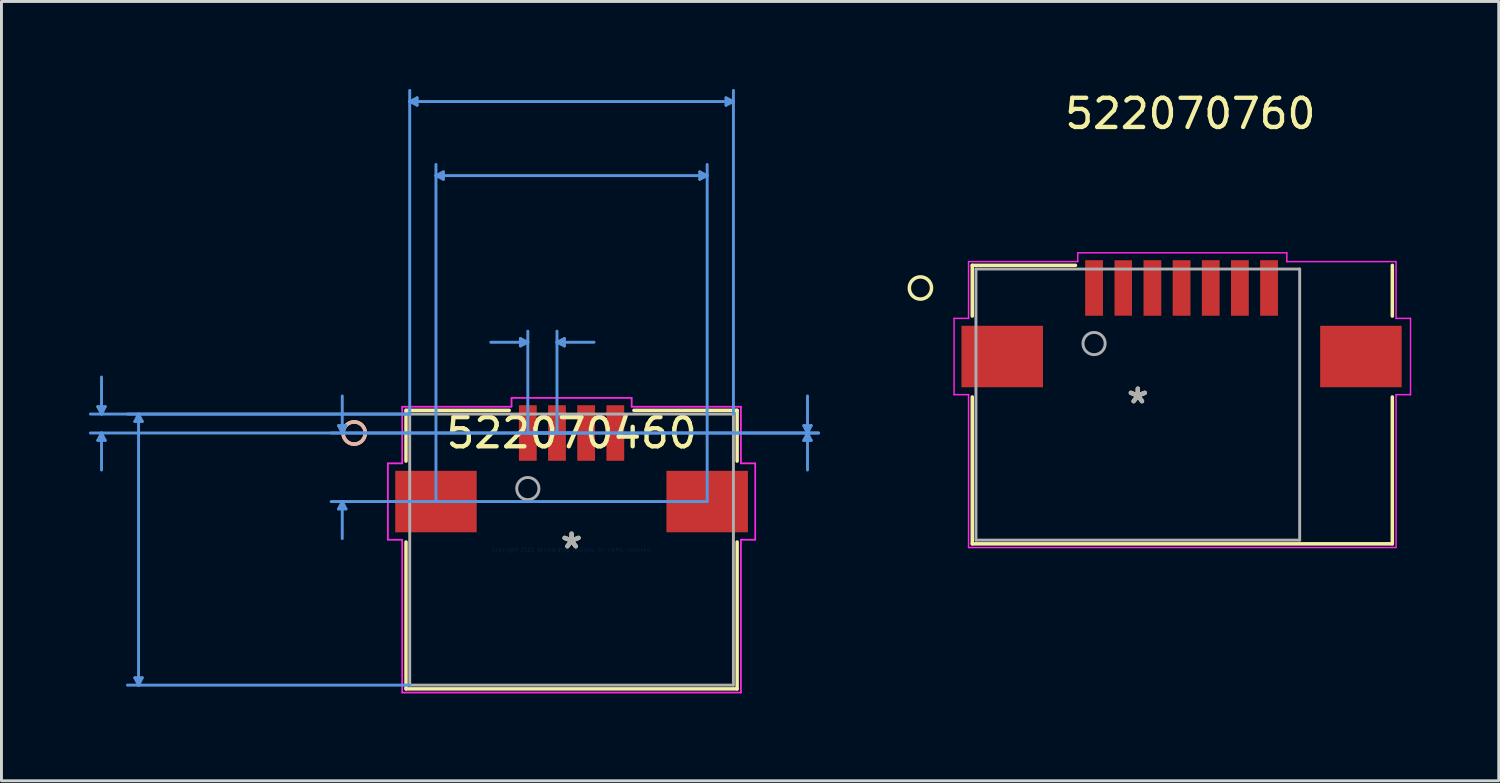
<source format=kicad_pcb>
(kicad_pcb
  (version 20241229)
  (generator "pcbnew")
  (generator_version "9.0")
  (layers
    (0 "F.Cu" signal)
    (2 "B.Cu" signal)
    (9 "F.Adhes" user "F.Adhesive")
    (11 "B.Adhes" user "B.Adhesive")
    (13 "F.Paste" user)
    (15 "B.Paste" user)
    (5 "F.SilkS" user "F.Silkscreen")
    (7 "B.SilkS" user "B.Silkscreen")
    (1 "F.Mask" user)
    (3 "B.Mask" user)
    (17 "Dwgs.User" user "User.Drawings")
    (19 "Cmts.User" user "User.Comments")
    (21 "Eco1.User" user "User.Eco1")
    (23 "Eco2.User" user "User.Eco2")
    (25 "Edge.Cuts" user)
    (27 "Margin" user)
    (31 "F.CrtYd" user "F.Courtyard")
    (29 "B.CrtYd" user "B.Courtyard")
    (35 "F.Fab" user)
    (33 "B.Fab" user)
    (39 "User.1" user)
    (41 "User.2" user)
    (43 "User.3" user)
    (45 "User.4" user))
  (footprint "522070460"
    (layer "F.Cu")
    (at 16.549 15.796)
    (property "Reference" "522070460" (at 0 -3.998 0) (layer "F.SilkS") (effects (font (size 1 1) (thickness 0.15))))
    (attr through_hole)
    (fp_line (start -5.677 -4.775) (end -5.677 -3.035) (stroke (width 0.12) (type solid)) (layer "F.SilkS"))
    (fp_line (start -5.677 -0.261) (end -5.677 4.775) (stroke (width 0.12) (type solid)) (layer "F.SilkS"))
    (fp_line (start -5.677 4.775) (end 5.677 4.775) (stroke (width 0.12) (type solid)) (layer "F.SilkS"))
    (fp_line (start -2.138 -4.775) (end -5.677 -4.775) (stroke (width 0.12) (type solid)) (layer "F.SilkS"))
    (fp_line (start 5.677 -4.775) (end 2.138 -4.775) (stroke (width 0.12) (type solid)) (layer "F.SilkS"))
    (fp_line (start 5.677 -3.035) (end 5.677 -4.775) (stroke (width 0.12) (type solid)) (layer "F.SilkS"))
    (fp_line (start 5.677 4.775) (end 5.677 -0.261) (stroke (width 0.12) (type solid)) (layer "F.SilkS"))
    (fp_circle (center -7.455 -3.998) (end -7.074 -3.998) (stroke (width 0.12) (type solid)) (fill no) (layer "F.SilkS"))
    (fp_circle (center -7.455 -3.998) (end -7.074 -3.998) (stroke (width 0.12) (type solid)) (fill no) (layer "B.SilkS"))
    (fp_line (start -16.245 -4.902) (end -15.991 -4.902) (stroke (width 0.1) (type solid)) (layer "Cmts.User"))
    (fp_line (start -16.245 -3.744) (end -15.991 -3.744) (stroke (width 0.1) (type solid)) (layer "Cmts.User"))
    (fp_line (start -16.118 -4.648) (end -16.245 -4.902) (stroke (width 0.1) (type solid)) (layer "Cmts.User"))
    (fp_line (start -16.118 -4.648) (end -16.118 -5.918) (stroke (width 0.1) (type solid)) (layer "Cmts.User"))
    (fp_line (start -16.118 -4.648) (end -15.991 -4.902) (stroke (width 0.1) (type solid)) (layer "Cmts.User"))
    (fp_line (start -16.118 -3.998) (end -16.245 -3.744) (stroke (width 0.1) (type solid)) (layer "Cmts.User"))
    (fp_line (start -16.118 -3.998) (end -16.118 -2.728) (stroke (width 0.1) (type solid)) (layer "Cmts.User"))
    (fp_line (start -16.118 -3.998) (end -15.991 -3.744) (stroke (width 0.1) (type solid)) (layer "Cmts.User"))
    (fp_line (start -14.975 -4.394) (end -14.721 -4.394) (stroke (width 0.1) (type solid)) (layer "Cmts.User"))
    (fp_line (start -14.975 4.394) (end -14.721 4.394) (stroke (width 0.1) (type solid)) (layer "Cmts.User"))
    (fp_line (start -14.848 -4.648) (end -14.975 -4.394) (stroke (width 0.1) (type solid)) (layer "Cmts.User"))
    (fp_line (start -14.848 -4.648) (end -14.848 4.648) (stroke (width 0.1) (type solid)) (layer "Cmts.User"))
    (fp_line (start -14.848 -4.648) (end -14.721 -4.394) (stroke (width 0.1) (type solid)) (layer "Cmts.User"))
    (fp_line (start -14.848 4.648) (end -14.975 4.394) (stroke (width 0.1) (type solid)) (layer "Cmts.User"))
    (fp_line (start -14.848 4.648) (end -14.721 4.394) (stroke (width 0.1) (type solid)) (layer "Cmts.User"))
    (fp_line (start -7.99 -4.252) (end -7.736 -4.252) (stroke (width 0.1) (type solid)) (layer "Cmts.User"))
    (fp_line (start -7.99 -1.394) (end -7.736 -1.394) (stroke (width 0.1) (type solid)) (layer "Cmts.User"))
    (fp_line (start -7.863 -3.998) (end -7.99 -4.252) (stroke (width 0.1) (type solid)) (layer "Cmts.User"))
    (fp_line (start -7.863 -3.998) (end -7.863 -5.268) (stroke (width 0.1) (type solid)) (layer "Cmts.User"))
    (fp_line (start -7.863 -3.998) (end -7.736 -4.252) (stroke (width 0.1) (type solid)) (layer "Cmts.User"))
    (fp_line (start -7.863 -1.648) (end -7.99 -1.394) (stroke (width 0.1) (type solid)) (layer "Cmts.User"))
    (fp_line (start -7.863 -1.648) (end -7.863 -0.378) (stroke (width 0.1) (type solid)) (layer "Cmts.User"))
    (fp_line (start -7.863 -1.648) (end -7.736 -1.394) (stroke (width 0.1) (type solid)) (layer "Cmts.User"))
    (fp_line (start -5.55 -15.365) (end -5.296 -15.492) (stroke (width 0.1) (type solid)) (layer "Cmts.User"))
    (fp_line (start -5.55 -15.365) (end -5.296 -15.238) (stroke (width 0.1) (type solid)) (layer "Cmts.User"))
    (fp_line (start -5.55 -15.365) (end 5.55 -15.365) (stroke (width 0.1) (type solid)) (layer "Cmts.User"))
    (fp_line (start -5.55 -4.648) (end -16.499 -4.648) (stroke (width 0.1) (type solid)) (layer "Cmts.User"))
    (fp_line (start -5.55 -4.648) (end -15.229 -4.648) (stroke (width 0.1) (type solid)) (layer "Cmts.User"))
    (fp_line (start -5.55 -4.648) (end -5.55 -15.746) (stroke (width 0.1) (type solid)) (layer "Cmts.User"))
    (fp_line (start -5.55 4.648) (end -15.229 4.648) (stroke (width 0.1) (type solid)) (layer "Cmts.User"))
    (fp_line (start -5.296 -15.492) (end -5.296 -15.238) (stroke (width 0.1) (type solid)) (layer "Cmts.User"))
    (fp_line (start -4.65 -12.825) (end -4.396 -12.952) (stroke (width 0.1) (type solid)) (layer "Cmts.User"))
    (fp_line (start -4.65 -12.825) (end -4.396 -12.698) (stroke (width 0.1) (type solid)) (layer "Cmts.User"))
    (fp_line (start -4.65 -12.825) (end 4.65 -12.825) (stroke (width 0.1) (type solid)) (layer "Cmts.User"))
    (fp_line (start -4.65 -1.648) (end -4.65 -13.206) (stroke (width 0.1) (type solid)) (layer "Cmts.User"))
    (fp_line (start -4.396 -12.952) (end -4.396 -12.698) (stroke (width 0.1) (type solid)) (layer "Cmts.User"))
    (fp_line (start -1.754 -7.237) (end -1.754 -6.983) (stroke (width 0.1) (type solid)) (layer "Cmts.User"))
    (fp_line (start -1.5 -7.11) (end -2.77 -7.11) (stroke (width 0.1) (type solid)) (layer "Cmts.User"))
    (fp_line (start -1.5 -7.11) (end -1.754 -7.237) (stroke (width 0.1) (type solid)) (layer "Cmts.User"))
    (fp_line (start -1.5 -7.11) (end -1.754 -6.983) (stroke (width 0.1) (type solid)) (layer "Cmts.User"))
    (fp_line (start -1.5 -3.998) (end -1.5 -7.491) (stroke (width 0.1) (type solid)) (layer "Cmts.User"))
    (fp_line (start -1.5 -3.998) (end 8.471 -3.998) (stroke (width 0.1) (type solid)) (layer "Cmts.User"))
    (fp_line (start -1.5 -3.998) (end 8.471 -3.998) (stroke (width 0.1) (type solid)) (layer "Cmts.User"))
    (fp_line (start -0.5 -7.11) (end -0.246 -7.237) (stroke (width 0.1) (type solid)) (layer "Cmts.User"))
    (fp_line (start -0.5 -7.11) (end -0.246 -6.983) (stroke (width 0.1) (type solid)) (layer "Cmts.User"))
    (fp_line (start -0.5 -7.11) (end 0.77 -7.11) (stroke (width 0.1) (type solid)) (layer "Cmts.User"))
    (fp_line (start -0.5 -3.998) (end -0.5 -7.491) (stroke (width 0.1) (type solid)) (layer "Cmts.User"))
    (fp_line (start -0.246 -7.237) (end -0.246 -6.983) (stroke (width 0.1) (type solid)) (layer "Cmts.User"))
    (fp_line (start 0 -3.998) (end -16.499 -3.998) (stroke (width 0.1) (type solid)) (layer "Cmts.User"))
    (fp_line (start 0 -3.998) (end -8.244 -3.998) (stroke (width 0.1) (type solid)) (layer "Cmts.User"))
    (fp_line (start 4.396 -12.952) (end 4.396 -12.698) (stroke (width 0.1) (type solid)) (layer "Cmts.User"))
    (fp_line (start 4.65 -12.825) (end 4.396 -12.952) (stroke (width 0.1) (type solid)) (layer "Cmts.User"))
    (fp_line (start 4.65 -12.825) (end 4.396 -12.698) (stroke (width 0.1) (type solid)) (layer "Cmts.User"))
    (fp_line (start 4.65 -1.648) (end -8.244 -1.648) (stroke (width 0.1) (type solid)) (layer "Cmts.User"))
    (fp_line (start 4.65 -1.648) (end 4.65 -13.206) (stroke (width 0.1) (type solid)) (layer "Cmts.User"))
    (fp_line (start 5.296 -15.492) (end 5.296 -15.238) (stroke (width 0.1) (type solid)) (layer "Cmts.User"))
    (fp_line (start 5.55 -15.365) (end 5.296 -15.492) (stroke (width 0.1) (type solid)) (layer "Cmts.User"))
    (fp_line (start 5.55 -15.365) (end 5.296 -15.238) (stroke (width 0.1) (type solid)) (layer "Cmts.User"))
    (fp_line (start 5.55 -4.648) (end 5.55 -15.746) (stroke (width 0.1) (type solid)) (layer "Cmts.User"))
    (fp_line (start 7.963 -4.252) (end 8.217 -4.252) (stroke (width 0.1) (type solid)) (layer "Cmts.User"))
    (fp_line (start 7.963 -3.744) (end 8.217 -3.744) (stroke (width 0.1) (type solid)) (layer "Cmts.User"))
    (fp_line (start 8.09 -3.998) (end 7.963 -4.252) (stroke (width 0.1) (type solid)) (layer "Cmts.User"))
    (fp_line (start 8.09 -3.998) (end 7.963 -3.744) (stroke (width 0.1) (type solid)) (layer "Cmts.User"))
    (fp_line (start 8.09 -3.998) (end 8.09 -5.268) (stroke (width 0.1) (type solid)) (layer "Cmts.User"))
    (fp_line (start 8.09 -3.998) (end 8.09 -2.728) (stroke (width 0.1) (type solid)) (layer "Cmts.User"))
    (fp_line (start 8.09 -3.998) (end 8.217 -4.252) (stroke (width 0.1) (type solid)) (layer "Cmts.User"))
    (fp_line (start 8.09 -3.998) (end 8.217 -3.744) (stroke (width 0.1) (type solid)) (layer "Cmts.User"))
    (fp_line (start -6.301 -2.956) (end -6.301 -0.34) (stroke (width 0.05) (type solid)) (layer "F.CrtYd"))
    (fp_line (start -6.301 -2.956) (end -6.301 -0.34) (stroke (width 0.05) (type solid)) (layer "F.CrtYd"))
    (fp_line (start -6.301 -0.34) (end -5.804 -0.34) (stroke (width 0.05) (type solid)) (layer "F.CrtYd"))
    (fp_line (start -6.301 -0.34) (end -5.804 -0.34) (stroke (width 0.05) (type solid)) (layer "F.CrtYd"))
    (fp_line (start -5.804 -4.902) (end -5.804 -2.956) (stroke (width 0.05) (type solid)) (layer "F.CrtYd"))
    (fp_line (start -5.804 -4.902) (end -5.804 -2.956) (stroke (width 0.05) (type solid)) (layer "F.CrtYd"))
    (fp_line (start -5.804 -2.956) (end -6.301 -2.956) (stroke (width 0.05) (type solid)) (layer "F.CrtYd"))
    (fp_line (start -5.804 -2.956) (end -6.301 -2.956) (stroke (width 0.05) (type solid)) (layer "F.CrtYd"))
    (fp_line (start -5.804 -0.34) (end -5.804 4.902) (stroke (width 0.05) (type solid)) (layer "F.CrtYd"))
    (fp_line (start -5.804 -0.34) (end -5.804 4.902) (stroke (width 0.05) (type solid)) (layer "F.CrtYd"))
    (fp_line (start -5.804 4.902) (end 5.804 4.902) (stroke (width 0.05) (type solid)) (layer "F.CrtYd"))
    (fp_line (start -5.804 4.902) (end 5.804 4.902) (stroke (width 0.05) (type solid)) (layer "F.CrtYd"))
    (fp_line (start -2.059 -5.205) (end -2.059 -4.902) (stroke (width 0.05) (type solid)) (layer "F.CrtYd"))
    (fp_line (start -2.059 -5.205) (end -2.059 -4.902) (stroke (width 0.05) (type solid)) (layer "F.CrtYd"))
    (fp_line (start -2.059 -4.902) (end -5.804 -4.902) (stroke (width 0.05) (type solid)) (layer "F.CrtYd"))
    (fp_line (start -2.059 -4.902) (end -5.804 -4.902) (stroke (width 0.05) (type solid)) (layer "F.CrtYd"))
    (fp_line (start 2.059 -5.205) (end -2.059 -5.205) (stroke (width 0.05) (type solid)) (layer "F.CrtYd"))
    (fp_line (start 2.059 -5.205) (end -2.059 -5.205) (stroke (width 0.05) (type solid)) (layer "F.CrtYd"))
    (fp_line (start 2.059 -4.902) (end 2.059 -5.205) (stroke (width 0.05) (type solid)) (layer "F.CrtYd"))
    (fp_line (start 2.059 -4.902) (end 2.059 -5.205) (stroke (width 0.05) (type solid)) (layer "F.CrtYd"))
    (fp_line (start 5.804 -4.902) (end 2.059 -4.902) (stroke (width 0.05) (type solid)) (layer "F.CrtYd"))
    (fp_line (start 5.804 -4.902) (end 2.059 -4.902) (stroke (width 0.05) (type solid)) (layer "F.CrtYd"))
    (fp_line (start 5.804 -2.956) (end 5.804 -4.902) (stroke (width 0.05) (type solid)) (layer "F.CrtYd"))
    (fp_line (start 5.804 -2.956) (end 5.804 -4.902) (stroke (width 0.05) (type solid)) (layer "F.CrtYd"))
    (fp_line (start 5.804 -0.34) (end 6.301 -0.34) (stroke (width 0.05) (type solid)) (layer "F.CrtYd"))
    (fp_line (start 5.804 -0.34) (end 6.301 -0.34) (stroke (width 0.05) (type solid)) (layer "F.CrtYd"))
    (fp_line (start 5.804 4.902) (end 5.804 -0.34) (stroke (width 0.05) (type solid)) (layer "F.CrtYd"))
    (fp_line (start 5.804 4.902) (end 5.804 -0.34) (stroke (width 0.05) (type solid)) (layer "F.CrtYd"))
    (fp_line (start 6.301 -2.956) (end 5.804 -2.956) (stroke (width 0.05) (type solid)) (layer "F.CrtYd"))
    (fp_line (start 6.301 -2.956) (end 5.804 -2.956) (stroke (width 0.05) (type solid)) (layer "F.CrtYd"))
    (fp_line (start 6.301 -0.34) (end 6.301 -2.956) (stroke (width 0.05) (type solid)) (layer "F.CrtYd"))
    (fp_line (start 6.301 -0.34) (end 6.301 -2.956) (stroke (width 0.05) (type solid)) (layer "F.CrtYd"))
    (fp_line (start -5.55 -4.648) (end -5.55 4.648) (stroke (width 0.1) (type solid)) (layer "F.Fab"))
    (fp_line (start -5.55 4.648) (end 5.55 4.648) (stroke (width 0.1) (type solid)) (layer "F.Fab"))
    (fp_line (start 5.55 -4.648) (end -5.55 -4.648) (stroke (width 0.1) (type solid)) (layer "F.Fab"))
    (fp_line (start 5.55 4.648) (end 5.55 -4.648) (stroke (width 0.1) (type solid)) (layer "F.Fab"))
    (fp_circle (center -1.5 -2.093) (end -1.119 -2.093) (stroke (width 0.1) (type solid)) (fill no) (layer "F.Fab"))
    (fp_text user "*" (at 0 0 0) (layer "F.SilkS") (effects (font (size 1 1) (thickness 0.15))))
    (fp_text user "Copyright 2021 Accelerated Designs. All rights reserved." (at 0 0 0) (layer "Cmts.User") (effects (font (size 0.127 0.127) (thickness 0.002))))
    (fp_text user "*" (at 0 0 0) (layer "F.Fab") (effects (font (size 1 1) (thickness 0.15))))
    (pad "1" smd rect (at -1.5 -3.998) (size 0.61 1.905) (layers "F.Cu" "F.Mask" "F.Paste"))
    (pad "2" smd rect (at -0.5 -3.998) (size 0.61 1.905) (layers "F.Cu" "F.Mask" "F.Paste"))
    (pad "3" smd rect (at 0.5 -3.998) (size 0.61 1.905) (layers "F.Cu" "F.Mask" "F.Paste"))
    (pad "4" smd rect (at 1.5 -3.998) (size 0.61 1.905) (layers "F.Cu" "F.Mask" "F.Paste"))
    (pad "5" smd rect (at -4.65 -1.648 90) (size 2.108 2.794) (layers "F.Cu" "F.Mask" "F.Paste"))
    (pad "6" smd rect (at 4.65 -1.648 90) (size 2.108 2.794) (layers "F.Cu" "F.Mask" "F.Paste")))
  (footprint "522070760"
    (layer "F.Cu")
    (at 37.466 10.823)
    (property "Reference" "522070760" (at 0.3 -9.975 0) (layer "F.SilkS") (effects (font (size 1 1) (thickness 0.15))))
    (attr through_hole)
    (fp_line (start -7.177 -4.775) (end -7.177 -3.035) (stroke (width 0.12) (type solid)) (layer "F.SilkS"))
    (fp_line (start -7.177 -0.261) (end -7.177 4.775) (stroke (width 0.12) (type solid)) (layer "F.SilkS"))
    (fp_line (start -3.638 -4.775) (end -7.177 -4.775) (stroke (width 0.12) (type solid)) (layer "F.SilkS"))
    (fp_line (start 7.227 -3.035) (end 7.227 -4.775) (stroke (width 0.12) (type solid)) (layer "F.SilkS"))
    (fp_line (start 7.227 4.775) (end -7.177 4.775) (stroke (width 0.12) (type solid)) (layer "F.SilkS"))
    (fp_line (start 7.227 4.775) (end 7.227 -0.261) (stroke (width 0.12) (type solid)) (layer "F.SilkS"))
    (fp_circle (center -8.955 -3.998) (end -8.574 -3.998) (stroke (width 0.12) (type solid)) (fill no) (layer "F.SilkS"))
    (fp_line (start -7.801 -2.956) (end -7.801 -0.34) (stroke (width 0.05) (type solid)) (layer "F.CrtYd"))
    (fp_line (start -7.801 -0.34) (end -7.304 -0.34) (stroke (width 0.05) (type solid)) (layer "F.CrtYd"))
    (fp_line (start -7.304 -4.902) (end -7.304 -2.956) (stroke (width 0.05) (type solid)) (layer "F.CrtYd"))
    (fp_line (start -7.304 -2.956) (end -7.801 -2.956) (stroke (width 0.05) (type solid)) (layer "F.CrtYd"))
    (fp_line (start -7.304 -0.34) (end -7.304 4.902) (stroke (width 0.05) (type solid)) (layer "F.CrtYd"))
    (fp_line (start -3.559 -5.205) (end -3.559 -4.902) (stroke (width 0.05) (type solid)) (layer "F.CrtYd"))
    (fp_line (start -3.559 -5.205) (end 3.609 -5.205) (stroke (width 0.05) (type solid)) (layer "F.CrtYd"))
    (fp_line (start -3.559 -4.902) (end -7.304 -4.902) (stroke (width 0.05) (type solid)) (layer "F.CrtYd"))
    (fp_line (start 3.609 -4.902) (end 3.609 -5.205) (stroke (width 0.05) (type solid)) (layer "F.CrtYd"))
    (fp_line (start 3.609 -4.902) (end 7.354 -4.902) (stroke (width 0.05) (type solid)) (layer "F.CrtYd"))
    (fp_line (start 7.354 -2.956) (end 7.354 -4.902) (stroke (width 0.05) (type solid)) (layer "F.CrtYd"))
    (fp_line (start 7.354 -0.34) (end 7.851 -0.34) (stroke (width 0.05) (type solid)) (layer "F.CrtYd"))
    (fp_line (start 7.354 4.902) (end -7.304 4.902) (stroke (width 0.05) (type solid)) (layer "F.CrtYd"))
    (fp_line (start 7.354 4.902) (end 7.354 -0.34) (stroke (width 0.05) (type solid)) (layer "F.CrtYd"))
    (fp_line (start 7.851 -2.956) (end 7.354 -2.956) (stroke (width 0.05) (type solid)) (layer "F.CrtYd"))
    (fp_line (start 7.851 -0.34) (end 7.851 -2.956) (stroke (width 0.05) (type solid)) (layer "F.CrtYd"))
    (fp_line (start -7.05 -4.648) (end -7.05 4.648) (stroke (width 0.1) (type solid)) (layer "F.Fab"))
    (fp_line (start -7.05 4.648) (end 4.05 4.648) (stroke (width 0.1) (type solid)) (layer "F.Fab"))
    (fp_line (start 4.05 -4.648) (end -7.05 -4.648) (stroke (width 0.1) (type solid)) (layer "F.Fab"))
    (fp_line (start 4.05 4.648) (end 4.05 -4.648) (stroke (width 0.1) (type solid)) (layer "F.Fab"))
    (fp_circle (center -3 -2.093) (end -2.619 -2.093) (stroke (width 0.1) (type solid)) (fill no) (layer "F.Fab"))
    (fp_text user "*" (at -1.5 0 0) (layer "F.SilkS") (effects (font (size 1 1) (thickness 0.15))))
    (fp_text user "*" (at -1.5 0 0) (layer "F.Fab") (effects (font (size 1 1) (thickness 0.15))))
    (pad "1" smd rect (at -3 -3.998) (size 0.61 1.905) (layers "F.Cu" "F.Mask" "F.Paste"))
    (pad "2" smd rect (at -2 -3.998) (size 0.6 1.9) (layers "F.Cu" "F.Mask" "F.Paste"))
    (pad "3" smd rect (at -1 -3.998) (size 0.61 1.905) (layers "F.Cu" "F.Mask" "F.Paste"))
    (pad "4" smd rect (at 0 -3.998) (size 0.61 1.905) (layers "F.Cu" "F.Mask" "F.Paste"))
    (pad "5" smd rect (at 1 -3.998) (size 0.61 1.905) (layers "F.Cu" "F.Mask" "F.Paste"))
    (pad "6" smd rect (at 2 -3.998) (size 0.61 1.905) (layers "F.Cu" "F.Mask" "F.Paste"))
    (pad "7" smd rect (at 3 -3.998) (size 0.61 1.905) (layers "F.Cu" "F.Mask" "F.Paste"))
    (pad "8" smd rect (at -6.15 -1.648 90) (size 2.108 2.794) (layers "F.Cu" "F.Mask" "F.Paste"))
    (pad "9" smd rect (at 6.15 -1.648 90) (size 2.108 2.794) (layers "F.Cu" "F.Mask" "F.Paste")))
  (gr_rect
    (start -3 -3)
    (end 48.342 23.723)
    (stroke (width 0.1) (type default))
    (fill no)
    (layer "Edge.Cuts")))
</source>
